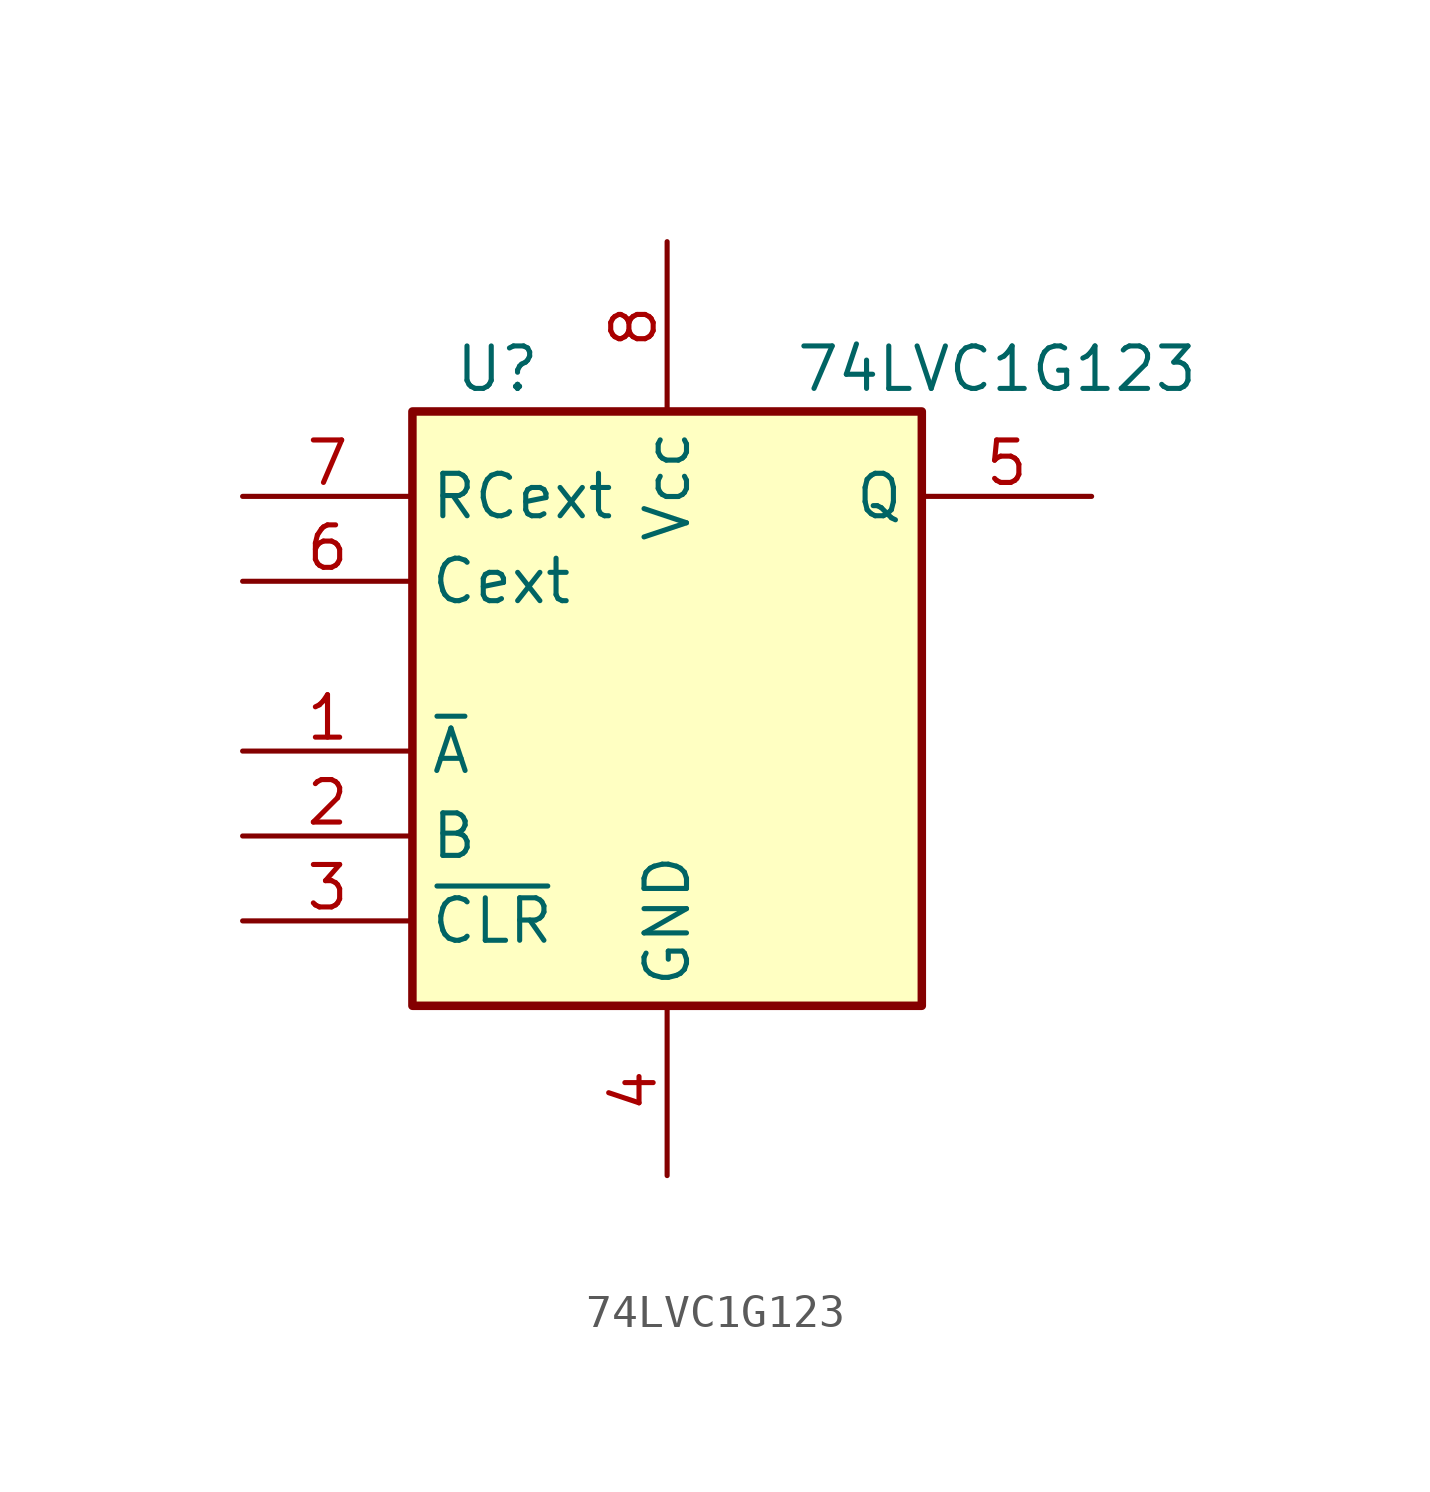
<source format=kicad_sym>
(kicad_symbol_lib
  (version 20220914)
  (generator kicad_symbol_editor)
  (symbol "74LVC1G123"
    (property "Reference" "U"
      (at -5.08 8.89 0)
      (effects (font (size 1.27 1.27))))
    (property "Value" "74LVC1G123"
      (at 3.81 8.89 0)
      (effects (font (size 1.27 1.27)) (justify left)))
    (symbol "74LVC1G123_1_1"
      (rectangle (start -7.62 7.62) (end 7.62 -10.16) (stroke (width 0.254) (type default)) (fill (type background)))
      (pin input line (at -12.7 -2.54 0) (length 5.08) (name "~{A}" (effects (font (size 1.27 1.27)))) (number "1" (effects (font (size 1.27 1.27)))))
      (pin input line (at -12.7 -5.08 0) (length 5.08) (name "B" (effects (font (size 1.27 1.27)))) (number "2" (effects (font (size 1.27 1.27)))))
      (pin input line (at -12.7 -7.62 0) (length 5.08) (name "~{CLR}" (effects (font (size 1.27 1.27)))) (number "3" (effects (font (size 1.27 1.27)))))
      (pin power_in line (at 0 -15.24 90) (length 5.08) (name "GND" (effects (font (size 1.27 1.27)))) (number "4" (effects (font (size 1.27 1.27)))))
      (pin output line (at 12.7 5.08 180) (length 5.08) (name "Q" (effects (font (size 1.27 1.27)))) (number "5" (effects (font (size 1.27 1.27)))))
      (pin input line (at -12.7 2.54 0) (length 5.08) (name "Cext" (effects (font (size 1.27 1.27)))) (number "6" (effects (font (size 1.27 1.27)))))
      (pin input line (at -12.7 5.08 0) (length 5.08) (name "RCext" (effects (font (size 1.27 1.27)))) (number "7" (effects (font (size 1.27 1.27)))))
      (pin power_in line (at 0 12.7 270) (length 5.08) (name "Vcc" (effects (font (size 1.27 1.27)))) (number "8" (effects (font (size 1.27 1.27))))))))
</source>
